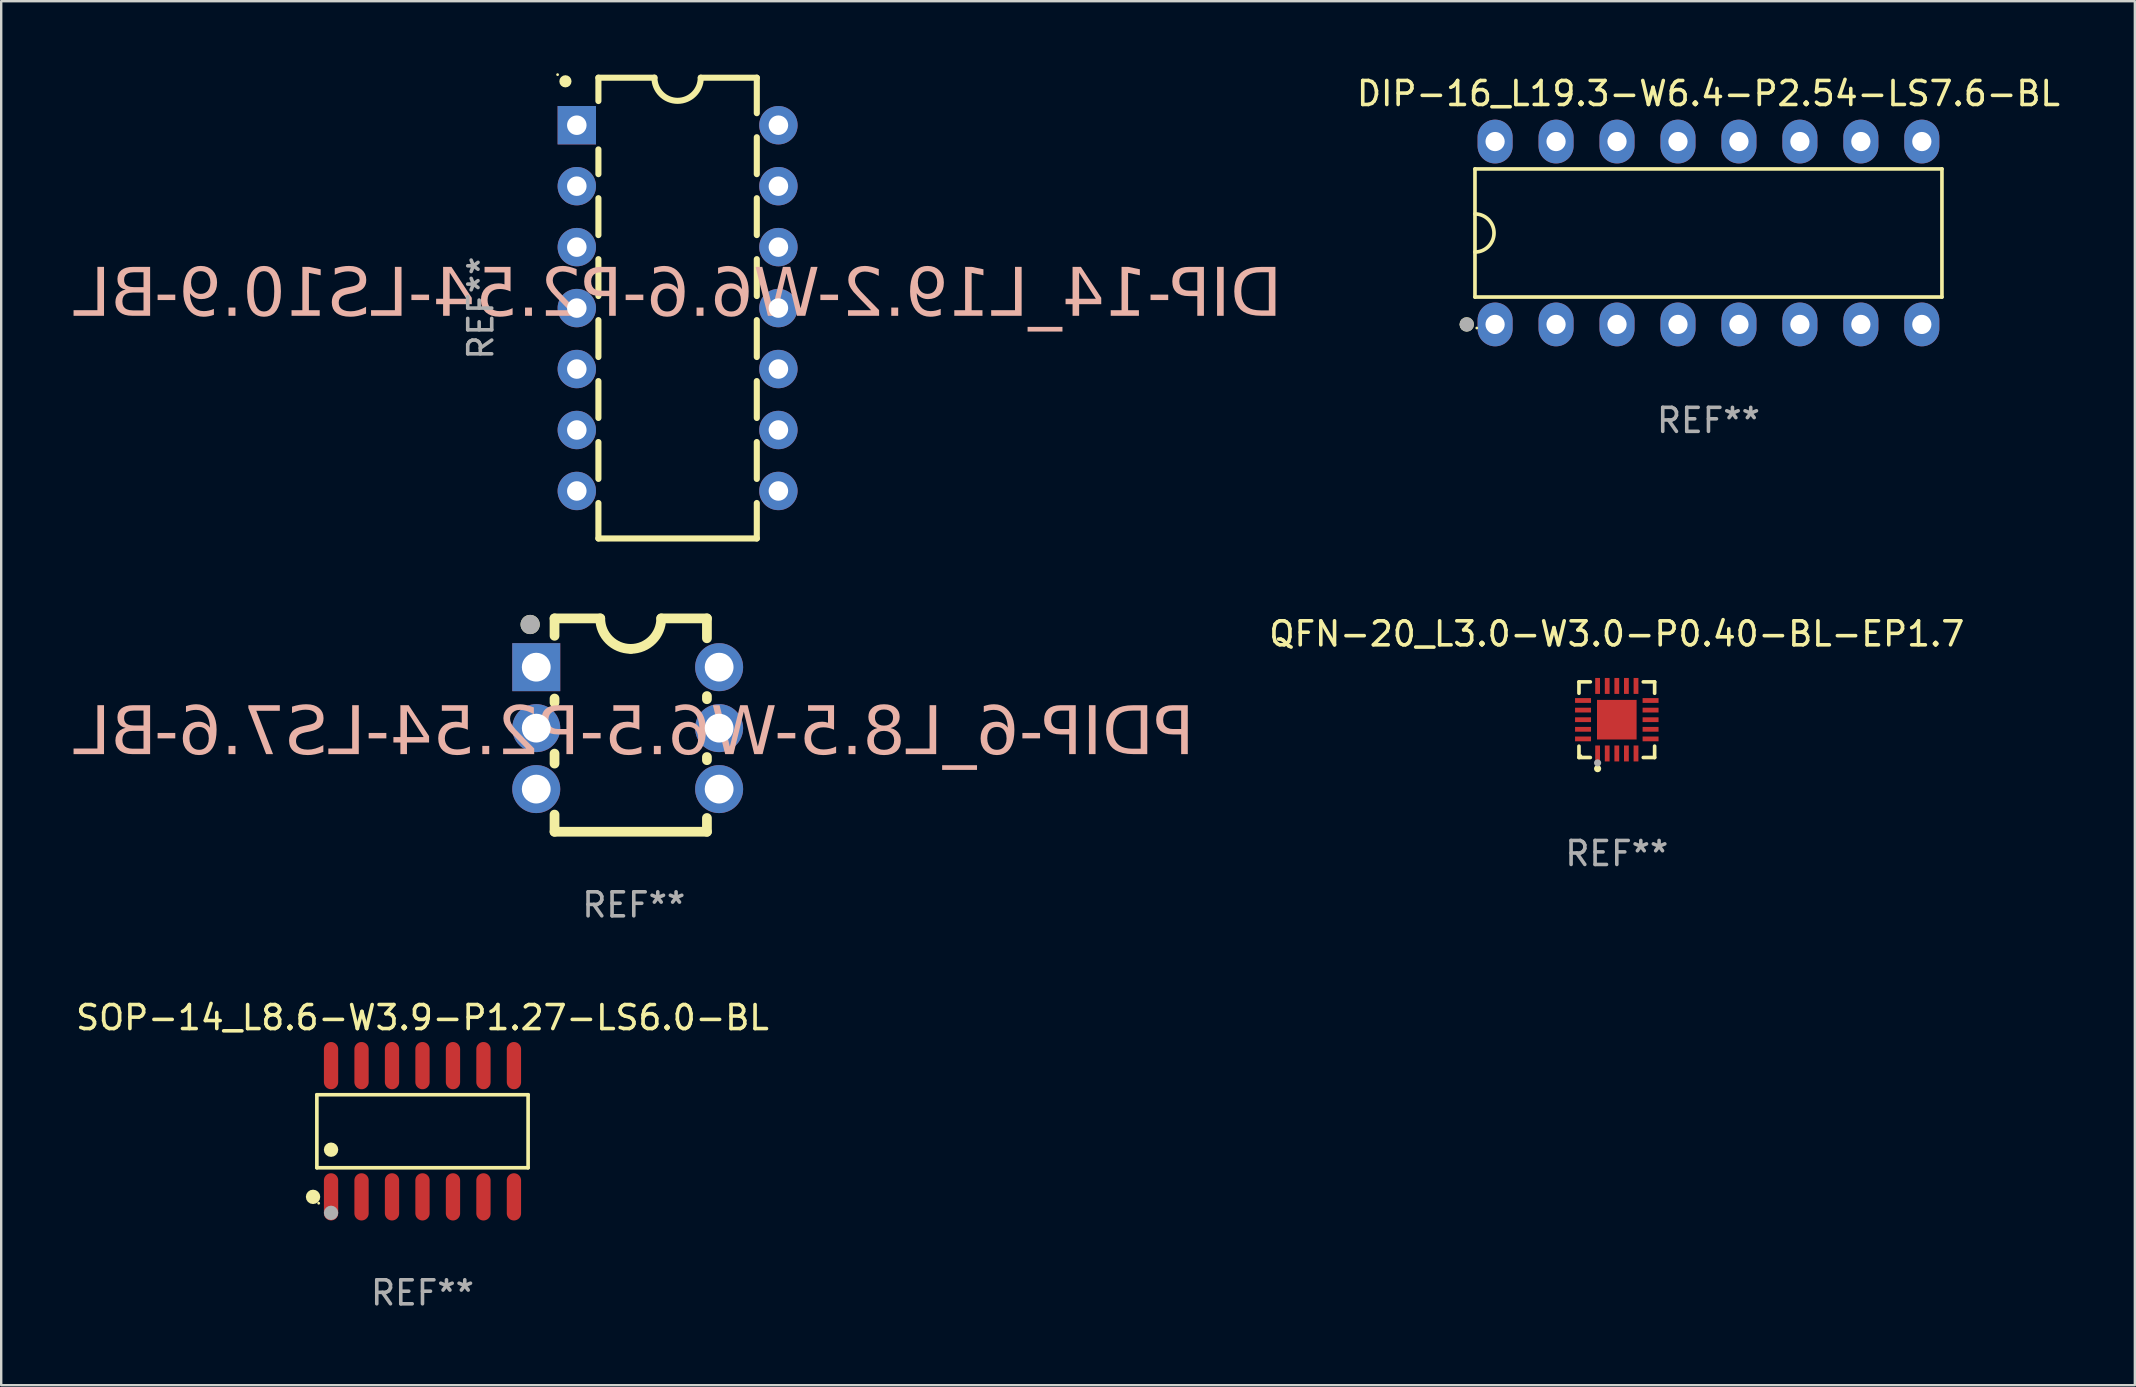
<source format=kicad_pcb>
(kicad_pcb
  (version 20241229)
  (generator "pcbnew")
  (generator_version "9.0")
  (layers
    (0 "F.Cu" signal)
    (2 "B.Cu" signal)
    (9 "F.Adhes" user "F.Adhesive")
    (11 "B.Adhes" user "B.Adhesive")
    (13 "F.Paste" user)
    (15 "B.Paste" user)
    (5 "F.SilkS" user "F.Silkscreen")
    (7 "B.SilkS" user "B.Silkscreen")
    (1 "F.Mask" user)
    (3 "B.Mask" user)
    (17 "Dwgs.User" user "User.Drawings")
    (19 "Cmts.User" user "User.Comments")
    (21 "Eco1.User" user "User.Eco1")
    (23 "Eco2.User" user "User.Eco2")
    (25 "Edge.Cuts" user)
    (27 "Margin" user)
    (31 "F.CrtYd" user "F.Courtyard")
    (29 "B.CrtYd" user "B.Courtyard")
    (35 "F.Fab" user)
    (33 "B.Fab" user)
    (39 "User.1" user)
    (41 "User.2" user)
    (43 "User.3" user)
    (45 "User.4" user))
  (footprint "DIP-14_L19.2-W6.6-P2.54-LS10.9-BL"
    (layer "F.Cu")
    (at 25.184 9.787)
    (property "Reference" "DIP-14_L19.2-W6.6-P2.54-LS10.9-BL" (at 0 -0.508 180) (layer "B.SilkS") (effects (font (face "Milk Run") (size 2 2) (thickness 0.15)) (justify mirror)))
    (attr through_hole)
    (fp_line (start -3.3 -9.6) (end -3.3 -8.628) (stroke (width 0.254) (type solid)) (layer "F.SilkS"))
    (fp_line (start -3.3 -9.6) (end -0.965 -9.6) (stroke (width 0.254) (type solid)) (layer "F.SilkS"))
    (fp_line (start -3.3 -6.612) (end -3.3 -5.581) (stroke (width 0.254) (type solid)) (layer "F.SilkS"))
    (fp_line (start -3.3 -4.579) (end -3.3 -3.041) (stroke (width 0.254) (type solid)) (layer "F.SilkS"))
    (fp_line (start -3.3 -2.039) (end -3.3 -0.501) (stroke (width 0.254) (type solid)) (layer "F.SilkS"))
    (fp_line (start -3.3 0.501) (end -3.3 2.039) (stroke (width 0.254) (type solid)) (layer "F.SilkS"))
    (fp_line (start -3.3 3.041) (end -3.3 4.579) (stroke (width 0.254) (type solid)) (layer "F.SilkS"))
    (fp_line (start -3.3 5.581) (end -3.3 7.119) (stroke (width 0.254) (type solid)) (layer "F.SilkS"))
    (fp_line (start -3.3 8.121) (end -3.3 9.6) (stroke (width 0.254) (type solid)) (layer "F.SilkS"))
    (fp_line (start 3.3 -9.6) (end 0.965 -9.6) (stroke (width 0.254) (type solid)) (layer "F.SilkS"))
    (fp_line (start 3.3 -9.6) (end 3.3 -8.121) (stroke (width 0.254) (type solid)) (layer "F.SilkS"))
    (fp_line (start 3.3 -7.119) (end 3.3 -5.581) (stroke (width 0.254) (type solid)) (layer "F.SilkS"))
    (fp_line (start 3.3 -4.579) (end 3.3 -3.041) (stroke (width 0.254) (type solid)) (layer "F.SilkS"))
    (fp_line (start 3.3 -2.039) (end 3.3 -0.501) (stroke (width 0.254) (type solid)) (layer "F.SilkS"))
    (fp_line (start 3.3 0.501) (end 3.3 2.039) (stroke (width 0.254) (type solid)) (layer "F.SilkS"))
    (fp_line (start 3.3 3.041) (end 3.3 4.579) (stroke (width 0.254) (type solid)) (layer "F.SilkS"))
    (fp_line (start 3.3 5.581) (end 3.3 7.119) (stroke (width 0.254) (type solid)) (layer "F.SilkS"))
    (fp_line (start 3.3 8.121) (end 3.3 9.6) (stroke (width 0.254) (type solid)) (layer "F.SilkS"))
    (fp_line (start 3.3 9.6) (end -3.3 9.6) (stroke (width 0.254) (type solid)) (layer "F.SilkS"))
    (fp_arc (start 0.964999 -9.600025) (mid -0.000699 -8.635521) (end -0.965203 -9.601219) (stroke (width 0.254001) (type solid)) (layer "F.SilkS"))
    (fp_circle (center -5 -9.727) (end -5 -9.697) (stroke (width 0.06) (type solid)) (fill no) (layer "F.SilkS"))
    (fp_circle (center -4.674 -9.449) (end -4.674 -9.322) (stroke (width 0.254) (type solid)) (fill no) (layer "F.SilkS"))
    (fp_text user "REF**" (at -8.2 0 270) (layer "F.Fab") (effects (font (size 1 1) (thickness 0.15))))
    (pad "1" thru_hole rect (at -4.2 -7.62 270) (size 1.6 1.6) (drill 0.813) (layers "*.Cu" "*.Mask"))
    (pad "2" thru_hole circle (at -4.2 -5.08 270) (size 1.6 1.6) (drill 0.813) (layers "*.Cu" "*.Mask"))
    (pad "3" thru_hole circle (at -4.2 -2.54 270) (size 1.6 1.6) (drill 0.813) (layers "*.Cu" "*.Mask"))
    (pad "4" thru_hole circle (at -4.2 0 270) (size 1.6 1.6) (drill 0.813) (layers "*.Cu" "*.Mask"))
    (pad "5" thru_hole circle (at -4.2 2.54 270) (size 1.6 1.6) (drill 0.813) (layers "*.Cu" "*.Mask"))
    (pad "6" thru_hole circle (at -4.2 5.08 270) (size 1.6 1.6) (drill 0.813) (layers "*.Cu" "*.Mask"))
    (pad "7" thru_hole circle (at -4.2 7.62 270) (size 1.6 1.6) (drill 0.813) (layers "*.Cu" "*.Mask"))
    (pad "8" thru_hole circle (at 4.2 7.62 270) (size 1.6 1.6) (drill 0.813) (layers "*.Cu" "*.Mask"))
    (pad "9" thru_hole circle (at 4.2 5.08 270) (size 1.6 1.6) (drill 0.813) (layers "*.Cu" "*.Mask"))
    (pad "10" thru_hole circle (at 4.2 2.54 270) (size 1.6 1.6) (drill 0.813) (layers "*.Cu" "*.Mask"))
    (pad "11" thru_hole circle (at 4.2 0 270) (size 1.6 1.6) (drill 0.813) (layers "*.Cu" "*.Mask"))
    (pad "12" thru_hole circle (at 4.2 -2.54 270) (size 1.6 1.6) (drill 0.813) (layers "*.Cu" "*.Mask"))
    (pad "13" thru_hole circle (at 4.2 -5.08 270) (size 1.6 1.6) (drill 0.813) (layers "*.Cu" "*.Mask"))
    (pad "14" thru_hole circle (at 4.2 -7.62 270) (size 1.6 1.6) (drill 0.813) (layers "*.Cu" "*.Mask")))
  (footprint "QFN-20_L3.0-W3.0-P0.40-BL-EP1.7"
    (layer "F.Cu")
    (at 64.318 26.938)
    (property "Reference" "QFN-20_L3.0-W3.0-P0.40-BL-EP1.7" (at 0 -3.576 0) (layer "F.SilkS") (effects (font (size 1 1) (thickness 0.15))))
    (attr smd)
    (fp_line (start -1.576 -1.576) (end -1.103 -1.576) (stroke (width 0.152) (type solid)) (layer "F.SilkS"))
    (fp_line (start -1.576 -1.103) (end -1.576 -1.576) (stroke (width 0.152) (type solid)) (layer "F.SilkS"))
    (fp_line (start -1.576 1.103) (end -1.576 1.576) (stroke (width 0.152) (type solid)) (layer "F.SilkS"))
    (fp_line (start -1.576 1.576) (end -1.103 1.576) (stroke (width 0.152) (type solid)) (layer "F.SilkS"))
    (fp_line (start 1.576 -1.576) (end 1.103 -1.576) (stroke (width 0.152) (type solid)) (layer "F.SilkS"))
    (fp_line (start 1.576 -1.103) (end 1.576 -1.576) (stroke (width 0.152) (type solid)) (layer "F.SilkS"))
    (fp_line (start 1.576 1.103) (end 1.576 1.576) (stroke (width 0.152) (type solid)) (layer "F.SilkS"))
    (fp_line (start 1.576 1.576) (end 1.103 1.576) (stroke (width 0.152) (type solid)) (layer "F.SilkS"))
    (fp_circle (center -1.5 1.5) (end -1.47 1.5) (stroke (width 0.06) (type solid)) (fill no) (layer "F.SilkS"))
    (fp_circle (center -0.8 2.04) (end -0.725 2.04) (stroke (width 0.15) (type solid)) (fill no) (layer "F.SilkS"))
    (fp_circle (center -0.8 1.8) (end -0.725 1.8) (stroke (width 0.15) (type solid)) (fill no) (layer "F.Fab"))
    (fp_text user "REF**" (at 0 5.576 0) (layer "F.Fab") (effects (font (size 1 1) (thickness 0.15))))
    (pad "1" smd rect (at -0.8 1.407) (size 0.2 0.665) (layers "F.Cu" "F.Mask" "F.Paste"))
    (pad "2" smd rect (at -0.4 1.407) (size 0.2 0.665) (layers "F.Cu" "F.Mask" "F.Paste"))
    (pad "3" smd rect (at 0 1.407) (size 0.2 0.665) (layers "F.Cu" "F.Mask" "F.Paste"))
    (pad "4" smd rect (at 0.4 1.407) (size 0.2 0.665) (layers "F.Cu" "F.Mask" "F.Paste"))
    (pad "5" smd rect (at 0.8 1.407) (size 0.2 0.665) (layers "F.Cu" "F.Mask" "F.Paste"))
    (pad "6" smd rect (at 1.407 0.8) (size 0.665 0.2) (layers "F.Cu" "F.Mask" "F.Paste"))
    (pad "7" smd rect (at 1.407 0.4) (size 0.665 0.2) (layers "F.Cu" "F.Mask" "F.Paste"))
    (pad "8" smd rect (at 1.407 0) (size 0.665 0.2) (layers "F.Cu" "F.Mask" "F.Paste"))
    (pad "9" smd rect (at 1.407 -0.4) (size 0.665 0.2) (layers "F.Cu" "F.Mask" "F.Paste"))
    (pad "10" smd rect (at 1.407 -0.8) (size 0.665 0.2) (layers "F.Cu" "F.Mask" "F.Paste"))
    (pad "11" smd rect (at 0.8 -1.407) (size 0.2 0.665) (layers "F.Cu" "F.Mask" "F.Paste"))
    (pad "12" smd rect (at 0.4 -1.407) (size 0.2 0.665) (layers "F.Cu" "F.Mask" "F.Paste"))
    (pad "13" smd rect (at 0 -1.407) (size 0.2 0.665) (layers "F.Cu" "F.Mask" "F.Paste"))
    (pad "14" smd rect (at -0.4 -1.407) (size 0.2 0.665) (layers "F.Cu" "F.Mask" "F.Paste"))
    (pad "15" smd rect (at -0.8 -1.407) (size 0.2 0.665) (layers "F.Cu" "F.Mask" "F.Paste"))
    (pad "16" smd rect (at -1.407 -0.8) (size 0.665 0.2) (layers "F.Cu" "F.Mask" "F.Paste"))
    (pad "17" smd rect (at -1.407 -0.4) (size 0.665 0.2) (layers "F.Cu" "F.Mask" "F.Paste"))
    (pad "18" smd rect (at -1.407 0) (size 0.665 0.2) (layers "F.Cu" "F.Mask" "F.Paste"))
    (pad "19" smd rect (at -1.407 0.4) (size 0.665 0.2) (layers "F.Cu" "F.Mask" "F.Paste"))
    (pad "20" smd rect (at -1.407 0.8) (size 0.665 0.2) (layers "F.Cu" "F.Mask" "F.Paste"))
    (pad "21" smd rect (at 0 0) (size 1.65 1.65) (layers "F.Cu" "F.Mask" "F.Paste")))
  (footprint "DIP-16_L19.3-W6.4-P2.54-LS7.6-BL"
    (layer "F.Cu")
    (at 68.137 6.658)
    (property "Reference" "DIP-16_L19.3-W6.4-P2.54-LS7.6-BL" (at 0 -5.81 0) (layer "F.SilkS") (effects (font (size 1 1) (thickness 0.15))))
    (attr through_hole)
    (fp_line (start -9.729 -2.669) (end 9.729 -2.669) (stroke (width 0.152) (type solid)) (layer "F.SilkS"))
    (fp_line (start -9.729 2.669) (end -9.729 -2.669) (stroke (width 0.152) (type solid)) (layer "F.SilkS"))
    (fp_line (start 9.729 -2.669) (end 9.729 2.669) (stroke (width 0.152) (type solid)) (layer "F.SilkS"))
    (fp_line (start 9.729 2.669) (end -9.729 2.669) (stroke (width 0.152) (type solid)) (layer "F.SilkS"))
    (fp_arc (start -9.728727 -0.793752) (mid -8.934975 0) (end -9.728727 0.793752) (stroke (width 0.1524) (type solid)) (layer "F.SilkS"))
    (fp_circle (center -10.072 3.81) (end -9.922 3.81) (stroke (width 0.3) (type solid)) (fill no) (layer "F.SilkS"))
    (fp_circle (center -9.653 3.96) (end -9.623 3.96) (stroke (width 0.06) (type solid)) (fill no) (layer "F.SilkS"))
    (fp_circle (center -10.072 3.81) (end -9.922 3.81) (stroke (width 0.3) (type solid)) (fill no) (layer "F.Fab"))
    (fp_text user "REF**" (at 0 7.81 0) (layer "F.Fab") (effects (font (size 1 1) (thickness 0.15))))
    (pad "1" thru_hole oval (at -8.89 3.81) (size 1.46 1.825) (drill 0.8) (layers "*.Cu" "*.Mask"))
    (pad "2" thru_hole oval (at -6.35 3.81) (size 1.46 1.825) (drill 0.8) (layers "*.Cu" "*.Mask"))
    (pad "3" thru_hole oval (at -3.81 3.81) (size 1.46 1.825) (drill 0.8) (layers "*.Cu" "*.Mask"))
    (pad "4" thru_hole oval (at -1.27 3.81) (size 1.46 1.825) (drill 0.8) (layers "*.Cu" "*.Mask"))
    (pad "5" thru_hole oval (at 1.27 3.81) (size 1.46 1.825) (drill 0.8) (layers "*.Cu" "*.Mask"))
    (pad "6" thru_hole oval (at 3.81 3.81) (size 1.46 1.825) (drill 0.8) (layers "*.Cu" "*.Mask"))
    (pad "7" thru_hole oval (at 6.35 3.81) (size 1.46 1.825) (drill 0.8) (layers "*.Cu" "*.Mask"))
    (pad "8" thru_hole oval (at 8.89 3.81) (size 1.46 1.825) (drill 0.8) (layers "*.Cu" "*.Mask"))
    (pad "9" thru_hole oval (at 8.89 -3.81) (size 1.46 1.825) (drill 0.8) (layers "*.Cu" "*.Mask"))
    (pad "10" thru_hole oval (at 6.35 -3.81) (size 1.46 1.825) (drill 0.8) (layers "*.Cu" "*.Mask"))
    (pad "11" thru_hole oval (at 3.81 -3.81) (size 1.46 1.825) (drill 0.8) (layers "*.Cu" "*.Mask"))
    (pad "12" thru_hole oval (at 1.27 -3.81) (size 1.46 1.825) (drill 0.8) (layers "*.Cu" "*.Mask"))
    (pad "13" thru_hole oval (at -1.27 -3.81) (size 1.46 1.825) (drill 0.8) (layers "*.Cu" "*.Mask"))
    (pad "14" thru_hole oval (at -3.81 -3.81) (size 1.46 1.825) (drill 0.8) (layers "*.Cu" "*.Mask"))
    (pad "15" thru_hole oval (at -6.35 -3.81) (size 1.46 1.825) (drill 0.8) (layers "*.Cu" "*.Mask"))
    (pad "16" thru_hole oval (at -8.89 -3.81) (size 1.46 1.825) (drill 0.8) (layers "*.Cu" "*.Mask")))
  (footprint "PDIP-6_L8.5-W6.5-P2.54-LS7.6-BL"
    (layer "F.Cu")
    (at 23.358 27.543)
    (property "Reference" "PDIP-6_L8.5-W6.5-P2.54-LS7.6-BL" (at 0 0 0) (layer "B.SilkS") (effects (font (face "Milk Run") (size 2 2) (thickness 0.15)) (justify mirror)))
    (attr through_hole)
    (fp_line (start -3.302 -4.826) (end -3.302 -4.101) (stroke (width 0.406) (type solid)) (layer "F.SilkS"))
    (fp_line (start -3.302 -4.826) (end -1.397 -4.826) (stroke (width 0.406) (type solid)) (layer "F.SilkS"))
    (fp_line (start -3.302 -1.487) (end -3.302 -1.316) (stroke (width 0.406) (type solid)) (layer "F.SilkS"))
    (fp_line (start -3.302 0.808) (end -3.302 1.224) (stroke (width 0.406) (type solid)) (layer "F.SilkS"))
    (fp_line (start -3.302 3.348) (end -3.302 4.064) (stroke (width 0.406) (type solid)) (layer "F.SilkS"))
    (fp_line (start 1.143 -4.826) (end 3.048 -4.826) (stroke (width 0.406) (type solid)) (layer "F.SilkS"))
    (fp_line (start 3.048 -3.998) (end 3.048 -4.826) (stroke (width 0.406) (type solid)) (layer "F.SilkS"))
    (fp_line (start 3.048 -1.458) (end 3.048 -1.59) (stroke (width 0.406) (type solid)) (layer "F.SilkS"))
    (fp_line (start 3.048 1.082) (end 3.048 0.95) (stroke (width 0.406) (type solid)) (layer "F.SilkS"))
    (fp_line (start 3.048 4.064) (end -3.302 4.064) (stroke (width 0.406) (type solid)) (layer "F.SilkS"))
    (fp_line (start 3.048 4.064) (end 3.048 3.49) (stroke (width 0.406) (type solid)) (layer "F.SilkS"))
    (fp_arc (start -0.127 -3.555981) (mid -1.025028 -3.927956) (end -1.397002 -4.825984) (stroke (width 0.4064) (type solid)) (layer "F.SilkS"))
    (fp_arc (start 1.143003 -4.825984) (mid 0.771029 -3.927956) (end -0.126999 -3.555981) (stroke (width 0.4064) (type solid)) (layer "F.SilkS"))
    (fp_circle (center -4.318 -4.572) (end -4.318 -4.372) (stroke (width 0.4) (type solid)) (fill no) (layer "F.SilkS"))
    (fp_circle (center -4.064 -4.504) (end -4.064 -4.474) (stroke (width 0.06) (type solid)) (fill no) (layer "F.SilkS"))
    (fp_circle (center -4.318 -4.572) (end -4.318 -4.372) (stroke (width 0.4) (type solid)) (fill no) (layer "F.Fab"))
    (fp_text user "REF**" (at 0 7.112 180) (layer "F.Fab") (effects (font (size 1 1) (thickness 0.15))))
    (pad "1" thru_hole rect (at -4.064 -2.794) (size 2 2) (drill 1.2) (layers "*.Cu" "*.Mask"))
    (pad "2" thru_hole circle (at -4.064 -0.254 270) (size 2 2) (drill 1.2) (layers "*.Cu" "*.Mask"))
    (pad "3" thru_hole circle (at -4.064 2.286 270) (size 2 2) (drill 1.2) (layers "*.Cu" "*.Mask"))
    (pad "4" thru_hole circle (at 3.556 2.286 270) (size 2 2) (drill 1.2) (layers "*.Cu" "*.Mask"))
    (pad "5" thru_hole circle (at 3.556 -0.254 270) (size 2 2) (drill 1.2) (layers "*.Cu" "*.Mask"))
    (pad "6" thru_hole circle (at 3.556 -2.794 270) (size 2 2) (drill 1.2) (layers "*.Cu" "*.Mask")))
  (footprint "SOP-14_L8.6-W3.9-P1.27-LS6.0-BL"
    (layer "F.Cu")
    (at 14.554 44.086)
    (property "Reference" "SOP-14_L8.6-W3.9-P1.27-LS6.0-BL" (at 0 -4.734 0) (layer "F.SilkS") (effects (font (size 1 1) (thickness 0.15))))
    (attr smd)
    (fp_line (start -4.401 -1.521) (end 4.401 -1.521) (stroke (width 0.152) (type solid)) (layer "F.SilkS"))
    (fp_line (start -4.401 1.521) (end -4.401 -1.521) (stroke (width 0.152) (type solid)) (layer "F.SilkS"))
    (fp_line (start 4.401 -1.521) (end 4.401 1.521) (stroke (width 0.152) (type solid)) (layer "F.SilkS"))
    (fp_line (start 4.401 1.521) (end -4.401 1.521) (stroke (width 0.152) (type solid)) (layer "F.SilkS"))
    (fp_circle (center -4.56 2.734) (end -4.41 2.734) (stroke (width 0.3) (type solid)) (fill no) (layer "F.SilkS"))
    (fp_circle (center -4.325 3) (end -4.295 3) (stroke (width 0.06) (type solid)) (fill no) (layer "F.SilkS"))
    (fp_circle (center -3.81 0.769) (end -3.66 0.769) (stroke (width 0.3) (type solid)) (fill no) (layer "F.SilkS"))
    (fp_circle (center -3.81 3.4) (end -3.66 3.4) (stroke (width 0.3) (type solid)) (fill no) (layer "F.Fab"))
    (fp_text user "REF**" (at 0 6.734 0) (layer "F.Fab") (effects (font (size 1 1) (thickness 0.15))))
    (pad "1" smd oval (at -3.81 2.734) (size 0.595 1.968) (layers "F.Cu" "F.Mask" "F.Paste"))
    (pad "2" smd oval (at -2.54 2.734) (size 0.595 1.968) (layers "F.Cu" "F.Mask" "F.Paste"))
    (pad "3" smd oval (at -1.27 2.734) (size 0.595 1.968) (layers "F.Cu" "F.Mask" "F.Paste"))
    (pad "4" smd oval (at 0 2.734) (size 0.595 1.968) (layers "F.Cu" "F.Mask" "F.Paste"))
    (pad "5" smd oval (at 1.27 2.734) (size 0.595 1.968) (layers "F.Cu" "F.Mask" "F.Paste"))
    (pad "6" smd oval (at 2.54 2.734) (size 0.595 1.968) (layers "F.Cu" "F.Mask" "F.Paste"))
    (pad "7" smd oval (at 3.81 2.734) (size 0.595 1.968) (layers "F.Cu" "F.Mask" "F.Paste"))
    (pad "8" smd oval (at 3.81 -2.734) (size 0.595 1.968) (layers "F.Cu" "F.Mask" "F.Paste"))
    (pad "9" smd oval (at 2.54 -2.734) (size 0.595 1.968) (layers "F.Cu" "F.Mask" "F.Paste"))
    (pad "10" smd oval (at 1.27 -2.734) (size 0.595 1.968) (layers "F.Cu" "F.Mask" "F.Paste"))
    (pad "11" smd oval (at 0 -2.734) (size 0.595 1.968) (layers "F.Cu" "F.Mask" "F.Paste"))
    (pad "12" smd oval (at -1.27 -2.734) (size 0.595 1.968) (layers "F.Cu" "F.Mask" "F.Paste"))
    (pad "13" smd oval (at -2.54 -2.734) (size 0.595 1.968) (layers "F.Cu" "F.Mask" "F.Paste"))
    (pad "14" smd oval (at -3.81 -2.734) (size 0.595 1.968) (layers "F.Cu" "F.Mask" "F.Paste")))
  (gr_rect
    (start -3 -3)
    (end 85.904 54.668)
    (stroke (width 0.1) (type default))
    (fill no)
    (layer "Edge.Cuts")))
</source>
